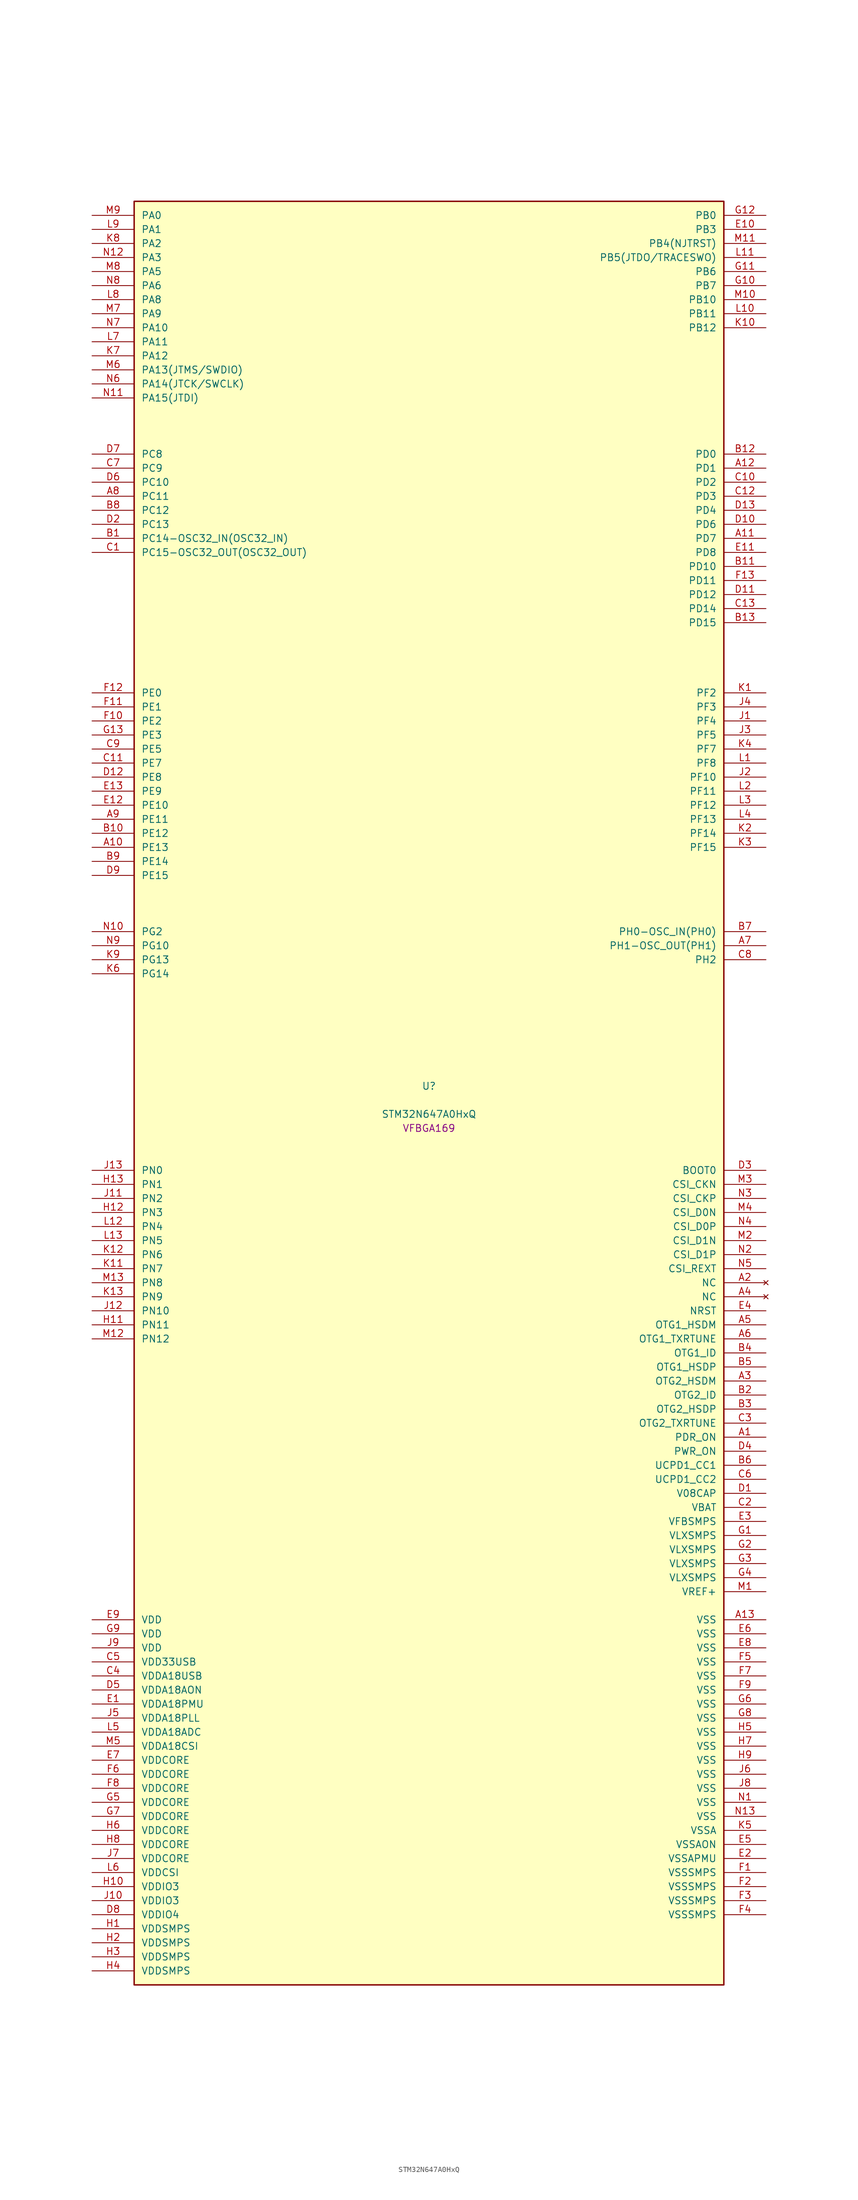
<source format=kicad_sym>
(kicad_symbol_lib
  (version 20241209)
  (generator "stm32_pkl_generator")
  (generator_version "1.0")
  (symbol "STM32N647A0HxQ"
    (pin_names
      (offset 1.27))
    (property "Reference" "U"
      (at 0 2.54 0))
    (property "Value" "STM32N647A0HxQ"
      (at 0 -2.54 0))
    (property "Footprint" "VFBGA169"
      (at 0 -5.08 0))
    (symbol "STM32N647A0HxQ_1_1"
      (rectangle (start -53.34 162.56) (end 53.34 -160.02) (stroke (width 0.254) (type solid)) (fill (type background)))
      (pin bidirectional line (at -60.96 160.02 0) (length 7.62) (name "PA0") (number "M9") (alternate "PA0/ADC1_INN1" bidirectional line) (alternate "PA0/ADC1_INP0" bidirectional line) (alternate "PA0/ADC2_INN1" bidirectional line) (alternate "PA0/ADC2_INP0" bidirectional line) (alternate "PA0/HDP_HDP0" bidirectional line) (alternate "PA0/I2S6_WS" bidirectional line) (alternate "PA0/LTDC_G3" bidirectional line) (alternate "PA0/PWR_WKUP1" bidirectional line) (alternate "PA0/SAI2_SD_B" bidirectional line) (alternate "PA0/SPI6_NSS" bidirectional line) (alternate "PA0/TIM15_BKIN" bidirectional line) (alternate "PA0/TIM2_CH1" bidirectional line) (alternate "PA0/TIM9_CH1" bidirectional line) (alternate "PA0/UART4_TX" bidirectional line))
      (pin bidirectional line (at -60.96 157.48 0) (length 7.62) (name "PA1") (number "L9") (alternate "PA1/ADC1_INP1" bidirectional line) (alternate "PA1/ADC2_INP1" bidirectional line) (alternate "PA1/DCMIPP_D0" bidirectional line) (alternate "PA1/DCMI_D0" bidirectional line) (alternate "PA1/HDP_HDP1" bidirectional line) (alternate "PA1/LTDC_G2" bidirectional line) (alternate "PA1/PSSI_D0" bidirectional line) (alternate "PA1/SAI2_MCLK_B" bidirectional line) (alternate "PA1/TIM15_CH1N" bidirectional line) (alternate "PA1/TIM2_CH2" bidirectional line) (alternate "PA1/UART4_RX" bidirectional line))
      (pin bidirectional line (at -60.96 154.94 0) (length 7.62) (name "PA2") (number "K8") (alternate "PA2/ADC1_INP14" bidirectional line) (alternate "PA2/ADC2_INP14" bidirectional line) (alternate "PA2/HDP_HDP2" bidirectional line) (alternate "PA2/LTDC_B7" bidirectional line) (alternate "PA2/MDIOS_MDIO" bidirectional line) (alternate "PA2/PWR_WKUP2" bidirectional line) (alternate "PA2/SAI2_SCK_B" bidirectional line) (alternate "PA2/TIM15_CH1" bidirectional line) (alternate "PA2/TIM2_CH3" bidirectional line))
      (pin bidirectional line (at -60.96 152.4 0) (length 7.62) (name "PA3") (number "N12") (alternate "PA3/SAI1_SD_B" bidirectional line) (alternate "PA3/SPI5_NSS" bidirectional line) (alternate "PA3/TIM16_CH1" bidirectional line) (alternate "PA3/UART7_RX" bidirectional line))
      (pin bidirectional line (at -60.96 149.86 0) (length 7.62) (name "PA5") (number "M8") (alternate "PA5/ADC2_INP18" bidirectional line) (alternate "PA5/DCMIPP_D8" bidirectional line) (alternate "PA5/DCMI_D8" bidirectional line) (alternate "PA5/HDP_HDP5" bidirectional line) (alternate "PA5/I2S1_CK" bidirectional line) (alternate "PA5/I2S6_CK" bidirectional line) (alternate "PA5/I3C1_SCL" bidirectional line) (alternate "PA5/LTDC_CLK" bidirectional line) (alternate "PA5/PSSI_D8" bidirectional line) (alternate "PA5/PWR_CSTOP" bidirectional line) (alternate "PA5/SPI1_SCK" bidirectional line) (alternate "PA5/SPI6_SCK" bidirectional line) (alternate "PA5/TIM10_CH1" bidirectional line) (alternate "PA5/TIM2_CH1" bidirectional line) (alternate "PA5/TIM2_ETR" bidirectional line) (alternate "PA5/TIM9_CH2" bidirectional line))
      (pin bidirectional line (at -60.96 147.32 0) (length 7.62) (name "PA6") (number "N8") (alternate "PA6/ADC1_INP3" bidirectional line) (alternate "PA6/ADC2_INP3" bidirectional line) (alternate "PA6/BOOT1" bidirectional line) (alternate "PA6/DCMIPP_PIXCLK" bidirectional line) (alternate "PA6/DCMI_PIXCLK" bidirectional line) (alternate "PA6/HDP_HDP6" bidirectional line) (alternate "PA6/I2S1_SDI" bidirectional line) (alternate "PA6/I2S6_SDI" bidirectional line) (alternate "PA6/I3C1_SDA" bidirectional line) (alternate "PA6/LTDC_B7" bidirectional line) (alternate "PA6/LTDC_HSYNC" bidirectional line) (alternate "PA6/MDIOS_MDC" bidirectional line) (alternate "PA6/PSSI_PDCK" bidirectional line) (alternate "PA6/SPI1_MISO" bidirectional line) (alternate "PA6/SPI6_MISO" bidirectional line) (alternate "PA6/TIM13_CH1" bidirectional line) (alternate "PA6/TIM1_BKIN" bidirectional line) (alternate "PA6/TIM3_CH1" bidirectional line))
      (pin bidirectional line (at -60.96 144.78 0) (length 7.62) (name "PA8") (number "L8") (alternate "PA8/ADC1_INP5" bidirectional line) (alternate "PA8/ADC2_INP5" bidirectional line) (alternate "PA8/HDP_HDP0" bidirectional line) (alternate "PA8/I2C3_SCL" bidirectional line) (alternate "PA8/I3C2_SCL" bidirectional line) (alternate "PA8/LTDC_B6" bidirectional line) (alternate "PA8/RCC_MCO_1" bidirectional line) (alternate "PA8/TIM11_CH1" bidirectional line) (alternate "PA8/TIM1_CH1" bidirectional line) (alternate "PA8/UART7_RX" bidirectional line) (alternate "PA8/USART1_CK" bidirectional line))
      (pin bidirectional line (at -60.96 142.24 0) (length 7.62) (name "PA9") (number "M7") (alternate "PA9/ADC1_INP10" bidirectional line) (alternate "PA9/ADC2_INP10" bidirectional line) (alternate "PA9/DCMIPP_D0" bidirectional line) (alternate "PA9/DCMI_D0" bidirectional line) (alternate "PA9/HDP_HDP1" bidirectional line) (alternate "PA9/I2C3_SDA" bidirectional line) (alternate "PA9/I2S2_CK" bidirectional line) (alternate "PA9/I3C2_SDA" bidirectional line) (alternate "PA9/LPUART1_TX" bidirectional line) (alternate "PA9/LTDC_B5" bidirectional line) (alternate "PA9/PSSI_D0" bidirectional line) (alternate "PA9/SPI2_SCK" bidirectional line) (alternate "PA9/TIM1_CH2" bidirectional line) (alternate "PA9/USART1_TX" bidirectional line))
      (pin bidirectional line (at -60.96 139.7 0) (length 7.62) (name "PA10") (number "N7") (alternate "PA10/ADC1_INN10" bidirectional line) (alternate "PA10/ADC1_INP11" bidirectional line) (alternate "PA10/ADC2_INN10" bidirectional line) (alternate "PA10/ADC2_INP11" bidirectional line) (alternate "PA10/DCMIPP_D1" bidirectional line) (alternate "PA10/DCMI_D1" bidirectional line) (alternate "PA10/HDP_HDP2" bidirectional line) (alternate "PA10/LPUART1_RX" bidirectional line) (alternate "PA10/LTDC_B4" bidirectional line) (alternate "PA10/MDIOS_MDIO" bidirectional line) (alternate "PA10/PSSI_D1" bidirectional line) (alternate "PA10/PWR_CSLEEP" bidirectional line) (alternate "PA10/TIM1_CH3" bidirectional line) (alternate "PA10/USART1_RX" bidirectional line))
      (pin bidirectional line (at -60.96 137.16 0) (length 7.62) (name "PA11") (number "L7") (alternate "PA11/ADC1_EXTI11" bidirectional line) (alternate "PA11/ADC1_INN11" bidirectional line) (alternate "PA11/ADC1_INP12" bidirectional line) (alternate "PA11/ADC2_EXTI11" bidirectional line) (alternate "PA11/ADC2_INN11" bidirectional line) (alternate "PA11/ADC2_INP12" bidirectional line) (alternate "PA11/FDCAN1_RX" bidirectional line) (alternate "PA11/HDP_HDP3" bidirectional line) (alternate "PA11/I2S2_WS" bidirectional line) (alternate "PA11/LPUART1_CTS" bidirectional line) (alternate "PA11/LTDC_B3" bidirectional line) (alternate "PA11/SPI2_NSS" bidirectional line) (alternate "PA11/TIM1_CH4" bidirectional line) (alternate "PA11/UART4_RX" bidirectional line) (alternate "PA11/USART1_CTS" bidirectional line) (alternate "PA11/USART1_NSS" bidirectional line))
      (pin bidirectional line (at -60.96 134.62 0) (length 7.62) (name "PA12") (number "K7") (alternate "PA12/ADC1_INN12" bidirectional line) (alternate "PA12/ADC1_INP13" bidirectional line) (alternate "PA12/ADC2_INN12" bidirectional line) (alternate "PA12/ADC2_INP13" bidirectional line) (alternate "PA12/FDCAN1_TX" bidirectional line) (alternate "PA12/HDP_HDP4" bidirectional line) (alternate "PA12/I2S2_CK" bidirectional line) (alternate "PA12/LPUART1_RTS" bidirectional line) (alternate "PA12/LTDC_B2" bidirectional line) (alternate "PA12/SAI2_FS_B" bidirectional line) (alternate "PA12/SPI2_SCK" bidirectional line) (alternate "PA12/TIM1_ETR" bidirectional line) (alternate "PA12/UART4_TX" bidirectional line) (alternate "PA12/USART1_RTS" bidirectional line))
      (pin bidirectional line (at -60.96 132.08 0) (length 7.62) (name "PA13(JTMS/SWDIO)") (number "M6") (alternate "PA13(JTMS/SWDIO)/DEBUG_JTMS-SWDIO" bidirectional line) (alternate "PA13(JTMS/SWDIO)/HDP_HDP5" bidirectional line))
      (pin bidirectional line (at -60.96 129.54 0) (length 7.62) (name "PA14(JTCK/SWCLK)") (number "N6") (alternate "PA14(JTCK/SWCLK)/DEBUG_JTCK-SWCLK" bidirectional line) (alternate "PA14(JTCK/SWCLK)/HDP_HDP6" bidirectional line))
      (pin bidirectional line (at -60.96 127 0) (length 7.62) (name "PA15(JTDI)") (number "N11") (alternate "PA15(JTDI)/ADC1_EXTI15" bidirectional line) (alternate "PA15(JTDI)/ADC2_EXTI15" bidirectional line) (alternate "PA15(JTDI)/DEBUG_JTDI" bidirectional line) (alternate "PA15(JTDI)/HDP_HDP7" bidirectional line) (alternate "PA15(JTDI)/I2S1_WS" bidirectional line) (alternate "PA15(JTDI)/I2S3_WS" bidirectional line) (alternate "PA15(JTDI)/I2S6_WS" bidirectional line) (alternate "PA15(JTDI)/LTDC_R5" bidirectional line) (alternate "PA15(JTDI)/SPI1_NSS" bidirectional line) (alternate "PA15(JTDI)/SPI3_NSS" bidirectional line) (alternate "PA15(JTDI)/SPI6_NSS" bidirectional line) (alternate "PA15(JTDI)/TIM2_CH1" bidirectional line) (alternate "PA15(JTDI)/TIM2_ETR" bidirectional line) (alternate "PA15(JTDI)/UART4_DE" bidirectional line) (alternate "PA15(JTDI)/UART4_RTS" bidirectional line) (alternate "PA15(JTDI)/UART7_TX" bidirectional line))
      (pin bidirectional line (at 60.96 160.02 180) (length 7.62) (name "PB0") (number "G12") (alternate "PB0/ADF1_SDI0" bidirectional line) (alternate "PB0/DCMIPP_D4" bidirectional line) (alternate "PB0/DCMI_D4" bidirectional line) (alternate "PB0/DEBUG_TRACED1" bidirectional line) (alternate "PB0/MDF1_SDI2" bidirectional line) (alternate "PB0/PSSI_D4" bidirectional line) (alternate "PB0/SAI1_D2" bidirectional line) (alternate "PB0/SAI1_FS_A" bidirectional line) (alternate "PB0/SPI4_NSS" bidirectional line) (alternate "PB0/TIM15_CH1N" bidirectional line) (alternate "PB0/TIM1_CH4" bidirectional line))
      (pin bidirectional line (at 60.96 157.48 180) (length 7.62) (name "PB3") (number "E10") (alternate "PB3/DEBUG_JTDO-SWO" bidirectional line) (alternate "PB3/DEBUG_TRACECLK" bidirectional line) (alternate "PB3/GFXTIM_FCKCAL" bidirectional line) (alternate "PB3/GFXTIM_LCKCAL" bidirectional line) (alternate "PB3/HDP_HDP0" bidirectional line) (alternate "PB3/MDF1_CKI1" bidirectional line) (alternate "PB3/SAI2_FS_B" bidirectional line) (alternate "PB3/TIM1_CH4N" bidirectional line) (alternate "PB3/USART1_CK" bidirectional line))
      (pin bidirectional line (at 60.96 154.94 180) (length 7.62) (name "PB4(NJTRST)") (number "M11") (alternate "PB4(NJTRST)/DCMIPP_VSYNC" bidirectional line) (alternate "PB4(NJTRST)/DCMI_VSYNC" bidirectional line) (alternate "PB4(NJTRST)/DEBUG_NJTRST" bidirectional line) (alternate "PB4(NJTRST)/HDP_HDP4" bidirectional line) (alternate "PB4(NJTRST)/I2S1_SDI" bidirectional line) (alternate "PB4(NJTRST)/I2S2_WS" bidirectional line) (alternate "PB4(NJTRST)/I2S3_SDI" bidirectional line) (alternate "PB4(NJTRST)/I2S6_SDI" bidirectional line) (alternate "PB4(NJTRST)/LTDC_R3" bidirectional line) (alternate "PB4(NJTRST)/PSSI_RDY" bidirectional line) (alternate "PB4(NJTRST)/SPI1_MISO" bidirectional line) (alternate "PB4(NJTRST)/SPI2_NSS" bidirectional line) (alternate "PB4(NJTRST)/SPI3_MISO" bidirectional line) (alternate "PB4(NJTRST)/SPI6_MISO" bidirectional line) (alternate "PB4(NJTRST)/TIM16_BKIN" bidirectional line) (alternate "PB4(NJTRST)/TIM3_CH1" bidirectional line) (alternate "PB4(NJTRST)/UART7_TX" bidirectional line))
      (pin bidirectional line (at 60.96 152.4 180) (length 7.62) (name "PB5(JTDO/TRACESWO)") (number "L11") (alternate "PB5(JTDO/TRACESWO)/DCMIPP_D10" bidirectional line) (alternate "PB5(JTDO/TRACESWO)/DCMI_D10" bidirectional line) (alternate "PB5(JTDO/TRACESWO)/DEBUG_JTDO-SWO" bidirectional line) (alternate "PB5(JTDO/TRACESWO)/FDCAN2_RX" bidirectional line) (alternate "PB5(JTDO/TRACESWO)/HDP_HDP5" bidirectional line) (alternate "PB5(JTDO/TRACESWO)/I2S1_SDO" bidirectional line) (alternate "PB5(JTDO/TRACESWO)/I2S3_SDO" bidirectional line) (alternate "PB5(JTDO/TRACESWO)/I2S6_SDO" bidirectional line) (alternate "PB5(JTDO/TRACESWO)/LTDC_R2" bidirectional line) (alternate "PB5(JTDO/TRACESWO)/PSSI_D10" bidirectional line) (alternate "PB5(JTDO/TRACESWO)/SPI1_MOSI" bidirectional line) (alternate "PB5(JTDO/TRACESWO)/SPI3_MOSI" bidirectional line) (alternate "PB5(JTDO/TRACESWO)/SPI6_MOSI" bidirectional line) (alternate "PB5(JTDO/TRACESWO)/TIM3_CH2" bidirectional line) (alternate "PB5(JTDO/TRACESWO)/UART5_RX" bidirectional line))
      (pin bidirectional line (at 60.96 149.86 180) (length 7.62) (name "PB6") (number "G11") (alternate "PB6/ADF1_CCK1" bidirectional line) (alternate "PB6/DCMIPP_D6" bidirectional line) (alternate "PB6/DCMI_D6" bidirectional line) (alternate "PB6/DEBUG_TRACED2" bidirectional line) (alternate "PB6/MDF1_CCK1" bidirectional line) (alternate "PB6/PSSI_D6" bidirectional line) (alternate "PB6/SAI1_CK2" bidirectional line) (alternate "PB6/SAI1_SCK_A" bidirectional line) (alternate "PB6/SPI4_MISO" bidirectional line) (alternate "PB6/TIM15_CH1" bidirectional line))
      (pin bidirectional line (at 60.96 147.32 180) (length 7.62) (name "PB7") (number "G10") (alternate "PB7/ADF1_SDI0" bidirectional line) (alternate "PB7/DCMIPP_D7" bidirectional line) (alternate "PB7/DCMI_D7" bidirectional line) (alternate "PB7/DEBUG_TRACED3" bidirectional line) (alternate "PB7/MDF1_SDI1" bidirectional line) (alternate "PB7/PSSI_D7" bidirectional line) (alternate "PB7/SAI1_D1" bidirectional line) (alternate "PB7/SAI1_SD_A" bidirectional line) (alternate "PB7/SAI2_MCLK_B" bidirectional line) (alternate "PB7/SPI4_MOSI" bidirectional line) (alternate "PB7/TIM15_CH2" bidirectional line) (alternate "PB7/TIM1_BKIN2" bidirectional line))
      (pin bidirectional line (at 60.96 144.78 180) (length 7.62) (name "PB10") (number "M10") (alternate "PB10/ADC1_INN4" bidirectional line) (alternate "PB10/ADC1_INP8" bidirectional line) (alternate "PB10/ADC2_INN4" bidirectional line) (alternate "PB10/ADC2_INP8" bidirectional line) (alternate "PB10/HDP_HDP2" bidirectional line) (alternate "PB10/I2C2_SCL" bidirectional line) (alternate "PB10/I2S2_CK" bidirectional line) (alternate "PB10/I3C2_SCL" bidirectional line) (alternate "PB10/LPTIM2_IN1" bidirectional line) (alternate "PB10/LTDC_G7" bidirectional line) (alternate "PB10/SPI2_SCK" bidirectional line) (alternate "PB10/TIM2_CH3" bidirectional line) (alternate "PB10/USART3_TX" bidirectional line))
      (pin bidirectional line (at 60.96 142.24 180) (length 7.62) (name "PB11") (number "L10") (alternate "PB11/ADC1_EXTI11" bidirectional line) (alternate "PB11/ADC1_INP4" bidirectional line) (alternate "PB11/ADC2_EXTI11" bidirectional line) (alternate "PB11/ADC2_INP4" bidirectional line) (alternate "PB11/HDP_HDP3" bidirectional line) (alternate "PB11/I2C2_SDA" bidirectional line) (alternate "PB11/I3C2_SDA" bidirectional line) (alternate "PB11/LPTIM2_ETR" bidirectional line) (alternate "PB11/LTDC_G6" bidirectional line) (alternate "PB11/TIM2_CH4" bidirectional line) (alternate "PB11/USART3_RX" bidirectional line))
      (pin bidirectional line (at 60.96 139.7 180) (length 7.62) (name "PB12") (number "K10") (alternate "PB12/FDCAN2_RX" bidirectional line) (alternate "PB12/HDP_HDP4" bidirectional line) (alternate "PB12/I2C2_SMBA" bidirectional line) (alternate "PB12/I2S2_WS" bidirectional line) (alternate "PB12/LPTIM2_IN2" bidirectional line) (alternate "PB12/LTDC_G5" bidirectional line) (alternate "PB12/SPI2_NSS" bidirectional line) (alternate "PB12/TIM1_BKIN" bidirectional line) (alternate "PB12/UART5_RX" bidirectional line) (alternate "PB12/USART3_CK" bidirectional line))
      (pin bidirectional line (at -60.96 116.84 0) (length 7.62) (name "PC8") (number "D7") (alternate "PC8/DCMIPP_D2" bidirectional line) (alternate "PC8/DCMI_D2" bidirectional line) (alternate "PC8/DEBUG_TRACED1" bidirectional line) (alternate "PC8/HDP_HDP0" bidirectional line) (alternate "PC8/I2C3_SMBA" bidirectional line) (alternate "PC8/LTDC_B0" bidirectional line) (alternate "PC8/PSSI_D2" bidirectional line) (alternate "PC8/TIM3_CH3" bidirectional line) (alternate "PC8/UART5_DE" bidirectional line) (alternate "PC8/UART5_RTS" bidirectional line) (alternate "PC8/UCPD1_FRSTX1" bidirectional line) (alternate "PC8/USART6_CK" bidirectional line))
      (pin bidirectional line (at -60.96 114.3 0) (length 7.62) (name "PC9") (number "C7") (alternate "PC9/AUDIOCLK" bidirectional line) (alternate "PC9/DCMIPP_D3" bidirectional line) (alternate "PC9/DCMI_D3" bidirectional line) (alternate "PC9/HDP_HDP1" bidirectional line) (alternate "PC9/I2C3_SDA" bidirectional line) (alternate "PC9/LTDC_B3" bidirectional line) (alternate "PC9/PSSI_D3" bidirectional line) (alternate "PC9/RCC_MCO_2" bidirectional line) (alternate "PC9/TIM3_CH4" bidirectional line) (alternate "PC9/UART5_CTS" bidirectional line) (alternate "PC9/UCPD1_FRSTX2" bidirectional line) (alternate "PC9/USART6_RX" bidirectional line))
      (pin bidirectional line (at -60.96 111.76 0) (length 7.62) (name "PC10") (number "D6") (alternate "PC10/DCMIPP_D14" bidirectional line) (alternate "PC10/HDP_HDP2" bidirectional line) (alternate "PC10/I2C4_SCL" bidirectional line) (alternate "PC10/I2S3_CK" bidirectional line) (alternate "PC10/I3C2_SCL" bidirectional line) (alternate "PC10/PSSI_D14" bidirectional line) (alternate "PC10/SPI3_SCK" bidirectional line) (alternate "PC10/TIM1_BKIN" bidirectional line) (alternate "PC10/UART4_TX" bidirectional line) (alternate "PC10/USART3_TX" bidirectional line))
      (pin bidirectional line (at -60.96 109.22 0) (length 7.62) (name "PC11") (number "A8") (alternate "PC11/ADC1_EXTI11" bidirectional line) (alternate "PC11/ADC2_EXTI11" bidirectional line) (alternate "PC11/DCMIPP_D4" bidirectional line) (alternate "PC11/DCMI_D4" bidirectional line) (alternate "PC11/HDP_HDP3" bidirectional line) (alternate "PC11/I2C4_SDA" bidirectional line) (alternate "PC11/I2S3_SDI" bidirectional line) (alternate "PC11/I3C2_SDA" bidirectional line) (alternate "PC11/PSSI_D4" bidirectional line) (alternate "PC11/SPI3_MISO" bidirectional line) (alternate "PC11/UART4_RX" bidirectional line) (alternate "PC11/USART3_RX" bidirectional line))
      (pin bidirectional line (at -60.96 106.68 0) (length 7.62) (name "PC12") (number "B8") (alternate "PC12/DCMIPP_D9" bidirectional line) (alternate "PC12/DCMI_D9" bidirectional line) (alternate "PC12/DEBUG_TRACED3" bidirectional line) (alternate "PC12/HDP_HDP4" bidirectional line) (alternate "PC12/I2S3_SDO" bidirectional line) (alternate "PC12/I2S6_CK" bidirectional line) (alternate "PC12/PSSI_D9" bidirectional line) (alternate "PC12/SPI3_MOSI" bidirectional line) (alternate "PC12/SPI6_SCK" bidirectional line) (alternate "PC12/TIM15_CH1" bidirectional line) (alternate "PC12/TIM1_CH4" bidirectional line) (alternate "PC12/UART5_TX" bidirectional line) (alternate "PC12/USART3_CK" bidirectional line))
      (pin bidirectional line (at -60.96 104.14 0) (length 7.62) (name "PC13") (number "D2") (alternate "PC13/HDP_HDP5" bidirectional line) (alternate "PC13/PWR_WKUP3" bidirectional line) (alternate "PC13/RTC_OUT1" bidirectional line) (alternate "PC13/RTC_TS" bidirectional line) (alternate "PC13/TAMP_IN1" bidirectional line) (alternate "PC13/TAMP_OUT2" bidirectional line))
      (pin bidirectional line (at -60.96 101.6 0) (length 7.62) (name "PC14-OSC32_IN(OSC32_IN)") (number "B1") (alternate "PC14-OSC32_IN(OSC32_IN)/RCC_OSC32_IN" bidirectional line))
      (pin bidirectional line (at -60.96 99.06 0) (length 7.62) (name "PC15-OSC32_OUT(OSC32_OUT)") (number "C1") (alternate "PC15-OSC32_OUT(OSC32_OUT)/ADC1_EXTI15" bidirectional line) (alternate "PC15-OSC32_OUT(OSC32_OUT)/ADC2_EXTI15" bidirectional line) (alternate "PC15-OSC32_OUT(OSC32_OUT)/RCC_OSC32_OUT" bidirectional line))
      (pin bidirectional line (at 60.96 116.84 180) (length 7.62) (name "PD0") (number "B12") (alternate "PD0/DCMIPP_HSYNC" bidirectional line) (alternate "PD0/DCMI_HSYNC" bidirectional line) (alternate "PD0/FDCAN1_RX" bidirectional line) (alternate "PD0/PSSI_DE" bidirectional line) (alternate "PD0/TIM1_ETR" bidirectional line) (alternate "PD0/UART4_RX" bidirectional line))
      (pin bidirectional line (at 60.96 114.3 180) (length 7.62) (name "PD1") (number "A12") (alternate "PD1/ETH1_MDC" bidirectional line) (alternate "PD1/FDCAN1_TX" bidirectional line) (alternate "PD1/UART4_TX" bidirectional line))
      (pin bidirectional line (at 60.96 111.76 180) (length 7.62) (name "PD2") (number "C10") (alternate "PD2/ADF1_SDI0" bidirectional line) (alternate "PD2/DEBUG_TRACED0" bidirectional line) (alternate "PD2/HDP_HDP1" bidirectional line) (alternate "PD2/I2S2_SDO" bidirectional line) (alternate "PD2/MDF1_SDI1" bidirectional line) (alternate "PD2/MDIOS_MDC" bidirectional line) (alternate "PD2/PWR_WKUP4" bidirectional line) (alternate "PD2/SAI1_D1" bidirectional line) (alternate "PD2/SAI1_SD_A" bidirectional line) (alternate "PD2/SPI2_MOSI" bidirectional line) (alternate "PD2/TIM15_CH1N" bidirectional line) (alternate "PD2/TIM1_CH3" bidirectional line))
      (pin bidirectional line (at 60.96 109.22 180) (length 7.62) (name "PD3") (number "C12") (alternate "PD3/DCMIPP_D14" bidirectional line) (alternate "PD3/ETH1_PHY_INTN" bidirectional line) (alternate "PD3/I2C2_SMBA" bidirectional line) (alternate "PD3/PSSI_D14" bidirectional line) (alternate "PD3/USART6_CTS" bidirectional line))
      (pin bidirectional line (at 60.96 106.68 180) (length 7.62) (name "PD4") (number "D13") (alternate "PD4/DCMIPP_D9" bidirectional line) (alternate "PD4/DCMI_D9" bidirectional line) (alternate "PD4/I2C2_SDA" bidirectional line) (alternate "PD4/PSSI_D9" bidirectional line) (alternate "PD4/SPI5_MISO" bidirectional line) (alternate "PD4/TAMP_IN7" bidirectional line) (alternate "PD4/TAMP_OUT8" bidirectional line) (alternate "PD4/TIM1_BKIN2" bidirectional line) (alternate "PD4/USART6_RTS" bidirectional line))
      (pin bidirectional line (at 60.96 104.14 180) (length 7.62) (name "PD6") (number "D10") (alternate "PD6/HDP_HDP2" bidirectional line) (alternate "PD6/I2S2_SDI" bidirectional line) (alternate "PD6/SPI2_MISO" bidirectional line) (alternate "PD6/TIM15_CH2" bidirectional line) (alternate "PD6/TIM1_CH1" bidirectional line))
      (pin bidirectional line (at 60.96 101.6 180) (length 7.62) (name "PD7") (number "A11") (alternate "PD7/DCMIPP_D0" bidirectional line) (alternate "PD7/DCMI_D0" bidirectional line) (alternate "PD7/HDP_HDP3" bidirectional line) (alternate "PD7/I2S2_SDO" bidirectional line) (alternate "PD7/I2S3_WS" bidirectional line) (alternate "PD7/PSSI_D0" bidirectional line) (alternate "PD7/SPI2_MOSI" bidirectional line) (alternate "PD7/SPI3_NSS" bidirectional line) (alternate "PD7/TIM15_CH1N" bidirectional line) (alternate "PD7/TIM1_CH2" bidirectional line))
      (pin bidirectional line (at 60.96 99.06 180) (length 7.62) (name "PD8") (number "E11") (alternate "PD8/DCMIPP_D11" bidirectional line) (alternate "PD8/DCMI_D11" bidirectional line) (alternate "PD8/LTDC_R7" bidirectional line) (alternate "PD8/PSSI_D11" bidirectional line) (alternate "PD8/TAMP_IN3" bidirectional line) (alternate "PD8/TAMP_OUT4" bidirectional line) (alternate "PD8/USART3_TX" bidirectional line))
      (pin bidirectional line (at 60.96 96.52 180) (length 7.62) (name "PD10") (number "B11") (alternate "PD10/DEBUG_TRACECLK" bidirectional line) (alternate "PD10/GFXTIM_TE" bidirectional line) (alternate "PD10/HDP_HDP4" bidirectional line) (alternate "PD10/I2S1_MCK" bidirectional line) (alternate "PD10/MDF1_CKI3" bidirectional line) (alternate "PD10/SAI2_FS_B" bidirectional line) (alternate "PD10/TIM1_ETR" bidirectional line) (alternate "PD10/UCPD1_FRSTX1" bidirectional line))
      (pin bidirectional line (at 60.96 93.98 180) (length 7.62) (name "PD11") (number "F13") (alternate "PD11/ADC1_EXTI11" bidirectional line) (alternate "PD11/ADC2_EXTI11" bidirectional line) (alternate "PD11/DCMIPP_D15" bidirectional line) (alternate "PD11/I2C4_SDA" bidirectional line) (alternate "PD11/I2S2_SDI" bidirectional line) (alternate "PD11/PSSI_D15" bidirectional line) (alternate "PD11/SPI2_MISO" bidirectional line) (alternate "PD11/UCPD1_FRSTX1" bidirectional line))
      (pin bidirectional line (at 60.96 91.44 180) (length 7.62) (name "PD12") (number "D11") (alternate "PD12/DCMIPP_D12" bidirectional line) (alternate "PD12/DCMI_D12" bidirectional line) (alternate "PD12/ETH1_MDIO" bidirectional line) (alternate "PD12/HDP_HDP5" bidirectional line) (alternate "PD12/MDF1_SDI3" bidirectional line) (alternate "PD12/PSSI_D12" bidirectional line) (alternate "PD12/SAI1_D3" bidirectional line) (alternate "PD12/UCPD1_FRSTX2" bidirectional line))
      (pin bidirectional line (at 60.96 88.9 180) (length 7.62) (name "PD14") (number "C13") (alternate "PD14/I2C2_SCL" bidirectional line))
      (pin bidirectional line (at 60.96 86.36 180) (length 7.62) (name "PD15") (number "B13") (alternate "PD15/ADC1_EXTI15" bidirectional line) (alternate "PD15/ADC2_EXTI15" bidirectional line) (alternate "PD15/I2C2_SDA" bidirectional line) (alternate "PD15/LTDC_R2" bidirectional line))
      (pin bidirectional line (at -60.96 73.66 0) (length 7.62) (name "PE0") (number "F12") (alternate "PE0/DCMIPP_D2" bidirectional line) (alternate "PE0/DCMI_D2" bidirectional line) (alternate "PE0/LPTIM2_ETR" bidirectional line) (alternate "PE0/PSSI_D2" bidirectional line) (alternate "PE0/SAI2_MCLK_A" bidirectional line) (alternate "PE0/TAMP_IN6" bidirectional line) (alternate "PE0/TAMP_OUT5" bidirectional line) (alternate "PE0/USART3_RX" bidirectional line))
      (pin bidirectional line (at -60.96 71.12 0) (length 7.62) (name "PE1") (number "F11") (alternate "PE1/DCMIPP_D8" bidirectional line) (alternate "PE1/DCMI_D8" bidirectional line) (alternate "PE1/LPTIM2_CH2" bidirectional line) (alternate "PE1/PSSI_D8" bidirectional line) (alternate "PE1/USART3_TX" bidirectional line))
      (pin bidirectional line (at -60.96 68.58 0) (length 7.62) (name "PE2") (number "F10") (alternate "PE2/ADF1_CCK0" bidirectional line) (alternate "PE2/DEBUG_TRACECLK" bidirectional line) (alternate "PE2/MDF1_CCK0" bidirectional line) (alternate "PE2/SAI1_CK1" bidirectional line) (alternate "PE2/SAI1_MCLK_A" bidirectional line) (alternate "PE2/SPI4_SCK" bidirectional line) (alternate "PE2/TIM1_CH2N" bidirectional line) (alternate "PE2/UCPD1_FRSTX1" bidirectional line))
      (pin bidirectional line (at -60.96 66.04 0) (length 7.62) (name "PE3") (number "G13") (alternate "PE3/DEBUG_TRACED0" bidirectional line) (alternate "PE3/MDF1_CKI2" bidirectional line) (alternate "PE3/SAI1_SD_B" bidirectional line) (alternate "PE3/TIM15_BKIN" bidirectional line))
      (pin bidirectional line (at -60.96 63.5 0) (length 7.62) (name "PE5") (number "C9") (alternate "PE5/DCMIPP_D5" bidirectional line) (alternate "PE5/DCMI_D5" bidirectional line) (alternate "PE5/FDCAN2_TX" bidirectional line) (alternate "PE5/HDP_HDP6" bidirectional line) (alternate "PE5/I3C1_SCL" bidirectional line) (alternate "PE5/LPUART1_TX" bidirectional line) (alternate "PE5/PSSI_D5" bidirectional line) (alternate "PE5/TIM16_CH1N" bidirectional line) (alternate "PE5/UART5_TX" bidirectional line) (alternate "PE5/USART1_TX" bidirectional line))
      (pin bidirectional line (at -60.96 60.96 0) (length 7.62) (name "PE7") (number "C11") (alternate "PE7/MDF1_CKI0" bidirectional line) (alternate "PE7/SAI2_SD_B" bidirectional line) (alternate "PE7/TIM1_ETR" bidirectional line) (alternate "PE7/UART7_RX" bidirectional line))
      (pin bidirectional line (at -60.96 58.42 0) (length 7.62) (name "PE8") (number "D12") (alternate "PE8/DCMIPP_D4" bidirectional line) (alternate "PE8/DCMI_D4" bidirectional line) (alternate "PE8/MDF1_SDI0" bidirectional line) (alternate "PE8/PSSI_D4" bidirectional line) (alternate "PE8/TIM1_CH1N" bidirectional line) (alternate "PE8/UART7_TX" bidirectional line) (alternate "PE8/USART3_TX" bidirectional line))
      (pin bidirectional line (at -60.96 55.88 0) (length 7.62) (name "PE9") (number "E13") (alternate "PE9/MDF1_CKI4" bidirectional line) (alternate "PE9/TIM1_CH1" bidirectional line) (alternate "PE9/UART7_RTS" bidirectional line))
      (pin bidirectional line (at -60.96 53.34 0) (length 7.62) (name "PE10") (number "E12") (alternate "PE10/DCMIPP_D3" bidirectional line) (alternate "PE10/DCMI_D3" bidirectional line) (alternate "PE10/DEBUG_TRACECLK" bidirectional line) (alternate "PE10/MDF1_SDI4" bidirectional line) (alternate "PE10/PSSI_D3" bidirectional line) (alternate "PE10/TIM1_CH2N" bidirectional line) (alternate "PE10/UART7_CTS" bidirectional line) (alternate "PE10/USART3_RX" bidirectional line))
      (pin bidirectional line (at -60.96 50.8 0) (length 7.62) (name "PE11") (number "A9") (alternate "PE11/ADC1_EXTI11" bidirectional line) (alternate "PE11/ADC2_EXTI11" bidirectional line) (alternate "PE11/FDCAN3_TX" bidirectional line) (alternate "PE11/LTDC_VSYNC" bidirectional line) (alternate "PE11/MDF1_CKI5" bidirectional line) (alternate "PE11/SAI2_SD_B" bidirectional line) (alternate "PE11/SPI4_NSS" bidirectional line) (alternate "PE11/TIM1_CH2" bidirectional line))
      (pin bidirectional line (at -60.96 48.26 0) (length 7.62) (name "PE12") (number "B10") (alternate "PE12/FDCAN3_RX" bidirectional line) (alternate "PE12/MDF1_SDI5" bidirectional line) (alternate "PE12/SAI2_SCK_B" bidirectional line) (alternate "PE12/SPI4_SCK" bidirectional line) (alternate "PE12/TIM1_CH3N" bidirectional line))
      (pin bidirectional line (at -60.96 45.72 0) (length 7.62) (name "PE13") (number "A10") (alternate "PE13/ADF1_CCK0" bidirectional line) (alternate "PE13/I2C4_SCL" bidirectional line) (alternate "PE13/SAI2_FS_B" bidirectional line) (alternate "PE13/SPI4_MISO" bidirectional line) (alternate "PE13/TIM1_CH3" bidirectional line))
      (pin bidirectional line (at -60.96 43.18 0) (length 7.62) (name "PE14") (number "B9") (alternate "PE14/ADF1_CCK1" bidirectional line) (alternate "PE14/GFXTIM_FCKCAL" bidirectional line) (alternate "PE14/GFXTIM_LCKCAL" bidirectional line) (alternate "PE14/I2C4_SDA" bidirectional line) (alternate "PE14/SAI2_MCLK_B" bidirectional line) (alternate "PE14/SPI4_MOSI" bidirectional line) (alternate "PE14/TIM1_CH4" bidirectional line))
      (pin bidirectional line (at -60.96 40.64 0) (length 7.62) (name "PE15") (number "D9") (alternate "PE15/ADC1_EXTI15" bidirectional line) (alternate "PE15/ADC2_EXTI15" bidirectional line) (alternate "PE15/GFXTIM_FCKCAL" bidirectional line) (alternate "PE15/GFXTIM_LCKCAL" bidirectional line) (alternate "PE15/I2C4_SMBA" bidirectional line) (alternate "PE15/SPI5_SCK" bidirectional line) (alternate "PE15/TIM1_BKIN" bidirectional line))
      (pin bidirectional line (at 60.96 73.66 180) (length 7.62) (name "PF2") (number "K1") (alternate "PF2/ETH1_RGMII_CLK125" bidirectional line) (alternate "PF2/FDCAN3_TX" bidirectional line) (alternate "PF2/I2S2_CK" bidirectional line) (alternate "PF2/LTDC_B1" bidirectional line) (alternate "PF2/SPI2_SCK" bidirectional line) (alternate "PF2/TIM1_CH3N" bidirectional line))
      (pin bidirectional line (at 60.96 71.12 180) (length 7.62) (name "PF3") (number "J4") (alternate "PF3/ADC1_INP16" bidirectional line) (alternate "PF3/DCMIPP_HSYNC" bidirectional line) (alternate "PF3/DCMI_HSYNC" bidirectional line) (alternate "PF3/ETH1_PPS_OUT" bidirectional line) (alternate "PF3/FDCAN3_RX" bidirectional line) (alternate "PF3/LTDC_R4" bidirectional line) (alternate "PF3/PSSI_DE" bidirectional line))
      (pin bidirectional line (at 60.96 68.58 180) (length 7.62) (name "PF4") (number "J1") (alternate "PF4/ADC1_INP18" bidirectional line) (alternate "PF4/DCMIPP_HSYNC" bidirectional line) (alternate "PF4/DCMI_HSYNC" bidirectional line) (alternate "PF4/ETH1_MDIO" bidirectional line) (alternate "PF4/HDP_HDP4" bidirectional line) (alternate "PF4/I2S1_WS" bidirectional line) (alternate "PF4/I2S3_WS" bidirectional line) (alternate "PF4/I2S6_WS" bidirectional line) (alternate "PF4/LTDC_R3" bidirectional line) (alternate "PF4/PSSI_DE" bidirectional line) (alternate "PF4/SPI1_NSS" bidirectional line) (alternate "PF4/SPI3_NSS" bidirectional line) (alternate "PF4/SPI6_NSS" bidirectional line))
      (pin bidirectional line (at 60.96 66.04 180) (length 7.62) (name "PF5") (number "J3") (alternate "PF5/DCMIPP_D6" bidirectional line) (alternate "PF5/DCMI_D6" bidirectional line) (alternate "PF5/ETH1_CLK" bidirectional line) (alternate "PF5/LPTIM2_IN2" bidirectional line) (alternate "PF5/LTDC_G0" bidirectional line) (alternate "PF5/PSSI_D6" bidirectional line) (alternate "PF5/SAI2_SD_A" bidirectional line) (alternate "PF5/TIM1_ETR" bidirectional line) (alternate "PF5/USART3_CTS" bidirectional line) (alternate "PF5/USART3_NSS" bidirectional line))
      (pin bidirectional line (at 60.96 63.5 180) (length 7.62) (name "PF7") (number "K4") (alternate "PF7/ADC1_INN5" bidirectional line) (alternate "PF7/ADC1_INP9" bidirectional line) (alternate "PF7/ADC2_INN5" bidirectional line) (alternate "PF7/ADC2_INP9" bidirectional line) (alternate "PF7/ETH1_MII_RX_CLK" bidirectional line) (alternate "PF7/ETH1_RGMII_RX_CLK" bidirectional line) (alternate "PF7/ETH1_RMII_REF_CLK" bidirectional line) (alternate "PF7/GFXTIM_TE" bidirectional line) (alternate "PF7/HDP_HDP0" bidirectional line) (alternate "PF7/I2S1_CK" bidirectional line) (alternate "PF7/LTDC_VSYNC" bidirectional line) (alternate "PF7/SPI1_SCK" bidirectional line) (alternate "PF7/TIM1_CH2N" bidirectional line) (alternate "PF7/TIM3_CH3" bidirectional line) (alternate "PF7/TIM9_CH1" bidirectional line) (alternate "PF7/UART4_CTS" bidirectional line))
      (pin bidirectional line (at 60.96 60.96 180) (length 7.62) (name "PF8") (number "L1") (alternate "PF8/DEBUG_TRACECLK" bidirectional line) (alternate "PF8/ETH1_MII_RXD2" bidirectional line) (alternate "PF8/ETH1_RGMII_RXD2" bidirectional line) (alternate "PF8/LTDC_R6" bidirectional line))
      (pin bidirectional line (at 60.96 58.42 180) (length 7.62) (name "PF10") (number "J2") (alternate "PF10/DCMIPP_D11" bidirectional line) (alternate "PF10/DCMIPP_D15" bidirectional line) (alternate "PF10/DCMI_D11" bidirectional line) (alternate "PF10/ETH1_MII_RX_DV" bidirectional line) (alternate "PF10/ETH1_RGMII_RX_CTL" bidirectional line) (alternate "PF10/ETH1_RMII_CRS_DV" bidirectional line) (alternate "PF10/LTDC_R1" bidirectional line) (alternate "PF10/MDF1_SDI3" bidirectional line) (alternate "PF10/PSSI_D11" bidirectional line) (alternate "PF10/PSSI_D15" bidirectional line) (alternate "PF10/SAI1_D3" bidirectional line) (alternate "PF10/TIM16_BKIN" bidirectional line) (alternate "PF10/UART7_RX" bidirectional line) (alternate "PF10/UCPD1_FRSTX1" bidirectional line))
      (pin bidirectional line (at 60.96 55.88 180) (length 7.62) (name "PF11") (number "L2") (alternate "PF11/ADC1_EXTI11" bidirectional line) (alternate "PF11/ADC1_INP2" bidirectional line) (alternate "PF11/ADC2_EXTI11" bidirectional line) (alternate "PF11/DCMIPP_D15" bidirectional line) (alternate "PF11/ETH1_MII_TX_EN" bidirectional line) (alternate "PF11/ETH1_RGMII_TX_CTL" bidirectional line) (alternate "PF11/ETH1_RMII_TX_EN" bidirectional line) (alternate "PF11/LTDC_B0" bidirectional line) (alternate "PF11/PSSI_D15" bidirectional line) (alternate "PF11/SAI2_SD_B" bidirectional line) (alternate "PF11/SPI5_MOSI" bidirectional line))
      (pin bidirectional line (at 60.96 53.34 180) (length 7.62) (name "PF12") (number "L3") (alternate "PF12/ADC1_INN2" bidirectional line) (alternate "PF12/ADC1_INP6" bidirectional line) (alternate "PF12/DCMIPP_D13" bidirectional line) (alternate "PF12/DCMI_D13" bidirectional line) (alternate "PF12/ETH1_MII_TXD0" bidirectional line) (alternate "PF12/ETH1_RGMII_TXD0" bidirectional line) (alternate "PF12/ETH1_RMII_TXD0" bidirectional line) (alternate "PF12/PSSI_D13" bidirectional line) (alternate "PF12/SPI5_MISO" bidirectional line) (alternate "PF12/USART1_RX" bidirectional line))
      (pin bidirectional line (at 60.96 50.8 180) (length 7.62) (name "PF13") (number "L4") (alternate "PF13/ADC2_INP2" bidirectional line) (alternate "PF13/DCMIPP_D10" bidirectional line) (alternate "PF13/DCMI_D10" bidirectional line) (alternate "PF13/ETH1_MII_TXD1" bidirectional line) (alternate "PF13/ETH1_RGMII_TXD1" bidirectional line) (alternate "PF13/ETH1_RMII_TXD1" bidirectional line) (alternate "PF13/PSSI_D10" bidirectional line) (alternate "PF13/SPI5_NSS" bidirectional line) (alternate "PF13/USART1_TX" bidirectional line))
      (pin bidirectional line (at 60.96 48.26 180) (length 7.62) (name "PF14") (number "K2") (alternate "PF14/ADC2_INN2" bidirectional line) (alternate "PF14/ADC2_INP6" bidirectional line) (alternate "PF14/ETH1_MII_RXD0" bidirectional line) (alternate "PF14/ETH1_RGMII_RXD0" bidirectional line) (alternate "PF14/ETH1_RMII_RXD0" bidirectional line) (alternate "PF14/LTDC_G0" bidirectional line) (alternate "PF14/SPI5_MOSI" bidirectional line) (alternate "PF14/TIM2_CH2" bidirectional line) (alternate "PF14/USART1_CTS" bidirectional line))
      (pin bidirectional line (at 60.96 45.72 180) (length 7.62) (name "PF15") (number "K3") (alternate "PF15/ADC1_EXTI15" bidirectional line) (alternate "PF15/ADC2_EXTI15" bidirectional line) (alternate "PF15/ETH1_MII_RXD1" bidirectional line) (alternate "PF15/ETH1_RGMII_RXD1" bidirectional line) (alternate "PF15/ETH1_RMII_RXD1" bidirectional line) (alternate "PF15/LTDC_G1" bidirectional line) (alternate "PF15/SPI5_SCK" bidirectional line) (alternate "PF15/USART1_RTS" bidirectional line))
      (pin bidirectional line (at -60.96 30.48 0) (length 7.62) (name "PG2") (number "N10") (alternate "PG2/DCMIPP_D6" bidirectional line) (alternate "PG2/DCMI_D6" bidirectional line) (alternate "PG2/LTDC_R0" bidirectional line) (alternate "PG2/PSSI_D6" bidirectional line) (alternate "PG2/SAI1_FS_B" bidirectional line) (alternate "PG2/SAI2_MCLK_B" bidirectional line) (alternate "PG2/SPI5_MOSI" bidirectional line) (alternate "PG2/TIM14_CH1" bidirectional line) (alternate "PG2/UART7_CTS" bidirectional line) (alternate "PG2/USART3_RTS" bidirectional line))
      (pin bidirectional line (at -60.96 27.94 0) (length 7.62) (name "PG10") (number "N9") (alternate "PG10/DCMIPP_D2" bidirectional line) (alternate "PG10/DCMI_D2" bidirectional line) (alternate "PG10/FDCAN2_TX" bidirectional line) (alternate "PG10/HDP_HDP5" bidirectional line) (alternate "PG10/I2S2_CK" bidirectional line) (alternate "PG10/LPTIM2_CH1" bidirectional line) (alternate "PG10/LTDC_G4" bidirectional line) (alternate "PG10/PSSI_D2" bidirectional line) (alternate "PG10/SPI2_SCK" bidirectional line) (alternate "PG10/TIM1_CH1N" bidirectional line) (alternate "PG10/UART5_TX" bidirectional line) (alternate "PG10/USART3_CTS" bidirectional line) (alternate "PG10/USART3_NSS" bidirectional line))
      (pin bidirectional line (at -60.96 25.4 0) (length 7.62) (name "PG13") (number "K9") (alternate "PG13/DCMIPP_D12" bidirectional line) (alternate "PG13/DCMI_D12" bidirectional line) (alternate "PG13/LPTIM2_IN1" bidirectional line) (alternate "PG13/LTDC_DE" bidirectional line) (alternate "PG13/PSSI_D12" bidirectional line) (alternate "PG13/SAI2_FS_A" bidirectional line) (alternate "PG13/USART3_RTS" bidirectional line))
      (pin bidirectional line (at -60.96 22.86 0) (length 7.62) (name "PG14") (number "K6") (alternate "PG14/DCMIPP_D11" bidirectional line) (alternate "PG14/DCMI_D11" bidirectional line) (alternate "PG14/DEBUG_TRACED1" bidirectional line) (alternate "PG14/I2S6_SDO" bidirectional line) (alternate "PG14/LTDC_B1" bidirectional line) (alternate "PG14/PSSI_D11" bidirectional line) (alternate "PG14/SPI6_MOSI" bidirectional line) (alternate "PG14/USART6_TX" bidirectional line))
      (pin bidirectional line (at 60.96 30.48 180) (length 7.62) (name "PH0-OSC_IN(PH0)") (number "B7") (alternate "PH0-OSC_IN(PH0)/RCC_OSC_IN" bidirectional line))
      (pin bidirectional line (at 60.96 27.94 180) (length 7.62) (name "PH1-OSC_OUT(PH1)") (number "A7") (alternate "PH1-OSC_OUT(PH1)/RCC_OSC_OUT" bidirectional line))
      (pin bidirectional line (at 60.96 25.4 180) (length 7.62) (name "PH2") (number "C8") (alternate "PH2/DCMIPP_D11" bidirectional line) (alternate "PH2/DCMI_D11" bidirectional line) (alternate "PH2/DEBUG_TRACED2" bidirectional line) (alternate "PH2/FDCAN1_TX" bidirectional line) (alternate "PH2/PSSI_D11" bidirectional line) (alternate "PH2/TIM15_BKIN" bidirectional line) (alternate "PH2/TIM1_ETR" bidirectional line) (alternate "PH2/TIM3_ETR" bidirectional line) (alternate "PH2/UART5_RX" bidirectional line))
      (pin bidirectional line (at -60.96 -12.7 0) (length 7.62) (name "PN0") (number "J13") (alternate "PN0/XSPIM_P2_DQS0" bidirectional line))
      (pin bidirectional line (at -60.96 -15.24 0) (length 7.62) (name "PN1") (number "H13") (alternate "PN1/XSPIM_P2_NCS1" bidirectional line))
      (pin bidirectional line (at -60.96 -17.78 0) (length 7.62) (name "PN2") (number "J11") (alternate "PN2/XSPIM_P2_IO0" bidirectional line))
      (pin bidirectional line (at -60.96 -20.32 0) (length 7.62) (name "PN3") (number "H12") (alternate "PN3/XSPIM_P2_IO1" bidirectional line))
      (pin bidirectional line (at -60.96 -22.86 0) (length 7.62) (name "PN4") (number "L12") (alternate "PN4/XSPIM_P2_IO2" bidirectional line))
      (pin bidirectional line (at -60.96 -25.4 0) (length 7.62) (name "PN5") (number "L13") (alternate "PN5/XSPIM_P2_IO3" bidirectional line))
      (pin bidirectional line (at -60.96 -27.94 0) (length 7.62) (name "PN6") (number "K12") (alternate "PN6/XSPIM_P2_CLK" bidirectional line))
      (pin bidirectional line (at -60.96 -30.48 0) (length 7.62) (name "PN7") (number "K11") (alternate "PN7/XSPIM_P2_NCLK" bidirectional line))
      (pin bidirectional line (at -60.96 -33.02 0) (length 7.62) (name "PN8") (number "M13") (alternate "PN8/XSPIM_P2_IO4" bidirectional line))
      (pin bidirectional line (at -60.96 -35.56 0) (length 7.62) (name "PN9") (number "K13") (alternate "PN9/DCMIPP_D5" bidirectional line) (alternate "PN9/DCMI_D5" bidirectional line) (alternate "PN9/PSSI_D5" bidirectional line) (alternate "PN9/XSPIM_P2_IO5" bidirectional line))
      (pin bidirectional line (at -60.96 -38.1 0) (length 7.62) (name "PN10") (number "J12") (alternate "PN10/LTDC_B4" bidirectional line) (alternate "PN10/XSPIM_P2_IO6" bidirectional line))
      (pin bidirectional line (at -60.96 -40.64 0) (length 7.62) (name "PN11") (number "H11") (alternate "PN11/ADC1_EXTI11" bidirectional line) (alternate "PN11/ADC2_EXTI11" bidirectional line) (alternate "PN11/LTDC_B6" bidirectional line) (alternate "PN11/XSPIM_P2_IO7" bidirectional line))
      (pin bidirectional line (at -60.96 -43.18 0) (length 7.62) (name "PN12") (number "M12") (alternate "PN12/XSPIM_P2_NCS2" bidirectional line))
      (pin input line (at 60.96 -12.7 180) (length 7.62) (name "BOOT0") (number "D3"))
      (pin bidirectional line (at 60.96 -15.24 180) (length 7.62) (name "CSI_CKN") (number "M3") (alternate "CSI_CKN/CSI_CKN" bidirectional line))
      (pin bidirectional line (at 60.96 -17.78 180) (length 7.62) (name "CSI_CKP") (number "N3") (alternate "CSI_CKP/CSI_CKP" bidirectional line))
      (pin bidirectional line (at 60.96 -20.32 180) (length 7.62) (name "CSI_D0N") (number "M4") (alternate "CSI_D0N/CSI_D0N" bidirectional line))
      (pin bidirectional line (at 60.96 -22.86 180) (length 7.62) (name "CSI_D0P") (number "N4") (alternate "CSI_D0P/CSI_D0P" bidirectional line))
      (pin bidirectional line (at 60.96 -25.4 180) (length 7.62) (name "CSI_D1N") (number "M2") (alternate "CSI_D1N/CSI_D1N" bidirectional line))
      (pin bidirectional line (at 60.96 -27.94 180) (length 7.62) (name "CSI_D1P") (number "N2") (alternate "CSI_D1P/CSI_D1P" bidirectional line))
      (pin bidirectional line (at 60.96 -30.48 180) (length 7.62) (name "CSI_REXT") (number "N5") (alternate "CSI_REXT/CSI_REXT" bidirectional line))
      (pin no_connect line (at 60.96 -33.02 180) (length 7.62) (name "NC") (number "A2"))
      (pin no_connect line (at 60.96 -35.56 180) (length 7.62) (name "NC") (number "A4"))
      (pin input line (at 60.96 -38.1 180) (length 7.62) (name "NRST") (number "E4"))
      (pin bidirectional line (at 60.96 -40.64 180) (length 7.62) (name "OTG1_HSDM") (number "A5") (alternate "OTG1_HSDM/USB1_OTG_HS_DM" bidirectional line))
      (pin bidirectional line (at 60.96 -43.18 180) (length 7.62) (name "OTG1_TXRTUNE") (number "A6"))
      (pin bidirectional line (at 60.96 -45.72 180) (length 7.62) (name "OTG1_ID") (number "B4") (alternate "OTG1_ID/USB1_OTG_HS_ID" bidirectional line))
      (pin bidirectional line (at 60.96 -48.26 180) (length 7.62) (name "OTG1_HSDP") (number "B5") (alternate "OTG1_HSDP/USB1_OTG_HS_DP" bidirectional line))
      (pin bidirectional line (at 60.96 -50.8 180) (length 7.62) (name "OTG2_HSDM") (number "A3") (alternate "OTG2_HSDM/USB2_OTG_HS_DM" bidirectional line))
      (pin bidirectional line (at 60.96 -53.34 180) (length 7.62) (name "OTG2_ID") (number "B2") (alternate "OTG2_ID/USB2_OTG_HS_ID" bidirectional line))
      (pin bidirectional line (at 60.96 -55.88 180) (length 7.62) (name "OTG2_HSDP") (number "B3") (alternate "OTG2_HSDP/USB2_OTG_HS_DP" bidirectional line))
      (pin bidirectional line (at 60.96 -58.42 180) (length 7.62) (name "OTG2_TXRTUNE") (number "C3"))
      (pin bidirectional line (at 60.96 -60.96 180) (length 7.62) (name "PDR_ON") (number "A1"))
      (pin bidirectional line (at 60.96 -63.5 180) (length 7.62) (name "PWR_ON") (number "D4"))
      (pin bidirectional line (at 60.96 -66.04 180) (length 7.62) (name "UCPD1_CC1") (number "B6") (alternate "UCPD1_CC1/UCPD1_CC1" bidirectional line))
      (pin bidirectional line (at 60.96 -68.58 180) (length 7.62) (name "UCPD1_CC2") (number "C6") (alternate "UCPD1_CC2/UCPD1_CC2" bidirectional line))
      (pin power_in line (at 60.96 -71.12 180) (length 7.62) (name "V08CAP") (number "D1"))
      (pin power_in line (at 60.96 -73.66 180) (length 7.62) (name "VBAT") (number "C2"))
      (pin power_in line (at 60.96 -76.2 180) (length 7.62) (name "VFBSMPS") (number "E3"))
      (pin power_in line (at 60.96 -78.74 180) (length 7.62) (name "VLXSMPS") (number "G1"))
      (pin power_in line (at 60.96 -81.28 180) (length 7.62) (name "VLXSMPS") (number "G2"))
      (pin power_in line (at 60.96 -83.82 180) (length 7.62) (name "VLXSMPS") (number "G3"))
      (pin power_in line (at 60.96 -86.36 180) (length 7.62) (name "VLXSMPS") (number "G4"))
      (pin bidirectional line (at 60.96 -88.9 180) (length 7.62) (name "VREF+") (number "M1"))
      (pin power_in line (at -60.96 -93.98 0) (length 7.62) (name "VDD") (number "E9"))
      (pin power_in line (at -60.96 -96.52 0) (length 7.62) (name "VDD") (number "G9"))
      (pin power_in line (at -60.96 -99.06 0) (length 7.62) (name "VDD") (number "J9"))
      (pin power_in line (at -60.96 -101.6 0) (length 7.62) (name "VDD33USB") (number "C5"))
      (pin power_in line (at -60.96 -104.14 0) (length 7.62) (name "VDDA18USB") (number "C4"))
      (pin power_in line (at -60.96 -106.68 0) (length 7.62) (name "VDDA18AON") (number "D5"))
      (pin power_in line (at -60.96 -109.22 0) (length 7.62) (name "VDDA18PMU") (number "E1"))
      (pin power_in line (at -60.96 -111.76 0) (length 7.62) (name "VDDA18PLL") (number "J5"))
      (pin power_in line (at -60.96 -114.3 0) (length 7.62) (name "VDDA18ADC") (number "L5"))
      (pin power_in line (at -60.96 -116.84 0) (length 7.62) (name "VDDA18CSI") (number "M5"))
      (pin power_in line (at -60.96 -119.38 0) (length 7.62) (name "VDDCORE") (number "E7"))
      (pin power_in line (at -60.96 -121.92 0) (length 7.62) (name "VDDCORE") (number "F6"))
      (pin power_in line (at -60.96 -124.46 0) (length 7.62) (name "VDDCORE") (number "F8"))
      (pin power_in line (at -60.96 -127 0) (length 7.62) (name "VDDCORE") (number "G5"))
      (pin power_in line (at -60.96 -129.54 0) (length 7.62) (name "VDDCORE") (number "G7"))
      (pin power_in line (at -60.96 -132.08 0) (length 7.62) (name "VDDCORE") (number "H6"))
      (pin power_in line (at -60.96 -134.62 0) (length 7.62) (name "VDDCORE") (number "H8"))
      (pin power_in line (at -60.96 -137.16 0) (length 7.62) (name "VDDCORE") (number "J7"))
      (pin power_in line (at -60.96 -139.7 0) (length 7.62) (name "VDDCSI") (number "L6"))
      (pin power_in line (at -60.96 -142.24 0) (length 7.62) (name "VDDIO3") (number "H10"))
      (pin power_in line (at -60.96 -144.78 0) (length 7.62) (name "VDDIO3") (number "J10"))
      (pin power_in line (at -60.96 -147.32 0) (length 7.62) (name "VDDIO4") (number "D8"))
      (pin power_in line (at -60.96 -149.86 0) (length 7.62) (name "VDDSMPS") (number "H1"))
      (pin power_in line (at -60.96 -152.4 0) (length 7.62) (name "VDDSMPS") (number "H2"))
      (pin power_in line (at -60.96 -154.94 0) (length 7.62) (name "VDDSMPS") (number "H3"))
      (pin power_in line (at -60.96 -157.48 0) (length 7.62) (name "VDDSMPS") (number "H4"))
      (pin power_in line (at 60.96 -93.98 180) (length 7.62) (name "VSS") (number "A13"))
      (pin power_in line (at 60.96 -96.52 180) (length 7.62) (name "VSS") (number "E6"))
      (pin power_in line (at 60.96 -99.06 180) (length 7.62) (name "VSS") (number "E8"))
      (pin power_in line (at 60.96 -101.6 180) (length 7.62) (name "VSS") (number "F5"))
      (pin power_in line (at 60.96 -104.14 180) (length 7.62) (name "VSS") (number "F7"))
      (pin power_in line (at 60.96 -106.68 180) (length 7.62) (name "VSS") (number "F9"))
      (pin power_in line (at 60.96 -109.22 180) (length 7.62) (name "VSS") (number "G6"))
      (pin power_in line (at 60.96 -111.76 180) (length 7.62) (name "VSS") (number "G8"))
      (pin power_in line (at 60.96 -114.3 180) (length 7.62) (name "VSS") (number "H5"))
      (pin power_in line (at 60.96 -116.84 180) (length 7.62) (name "VSS") (number "H7"))
      (pin power_in line (at 60.96 -119.38 180) (length 7.62) (name "VSS") (number "H9"))
      (pin power_in line (at 60.96 -121.92 180) (length 7.62) (name "VSS") (number "J6"))
      (pin power_in line (at 60.96 -124.46 180) (length 7.62) (name "VSS") (number "J8"))
      (pin power_in line (at 60.96 -127 180) (length 7.62) (name "VSS") (number "N1"))
      (pin power_in line (at 60.96 -129.54 180) (length 7.62) (name "VSS") (number "N13"))
      (pin power_in line (at 60.96 -132.08 180) (length 7.62) (name "VSSA") (number "K5"))
      (pin power_in line (at 60.96 -134.62 180) (length 7.62) (name "VSSAON") (number "E5"))
      (pin power_in line (at 60.96 -137.16 180) (length 7.62) (name "VSSAPMU") (number "E2"))
      (pin power_in line (at 60.96 -139.7 180) (length 7.62) (name "VSSSMPS") (number "F1"))
      (pin power_in line (at 60.96 -142.24 180) (length 7.62) (name "VSSSMPS") (number "F2"))
      (pin power_in line (at 60.96 -144.78 180) (length 7.62) (name "VSSSMPS") (number "F3"))
      (pin power_in line (at 60.96 -147.32 180) (length 7.62) (name "VSSSMPS") (number "F4")))))
</source>
